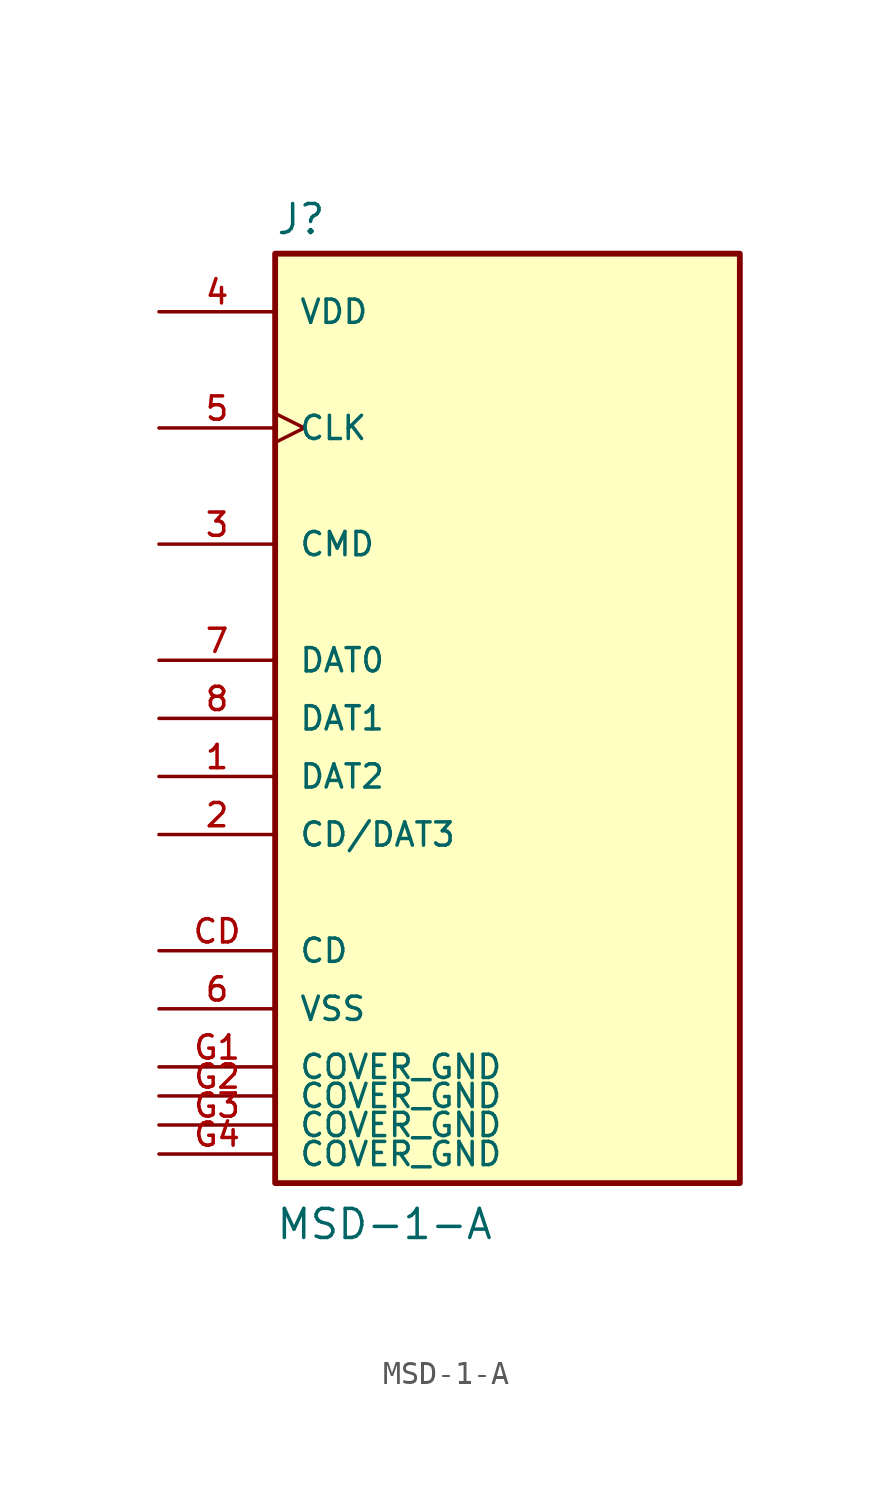
<source format=kicad_sym>
(kicad_symbol_lib
  (version 20231120)
  (generator "kicad_symbol_editor")
  (generator_version "8.0")
  (symbol "MSD-1-A"
    (pin_names
      (offset 1.016))
    (property "Reference" "J"
      (at -10.16 21.082 0)
      (effects (font (size 1.27 1.27)) (justify left bottom)))
    (property "Value" "MSD-1-A"
      (at -10.16 -22.86 0)
      (effects (font (size 1.27 1.27)) (justify left bottom)))
    (symbol "MSD-1-A_0_0"
      (rectangle (start -10.16 20.32) (end 10.16 -20.32) (stroke (width 0.254) (type default)) (fill (type background)))
      (pin bidirectional line (at -15.24 -2.54 0) (length 5.08) (name "DAT2" (effects (font (size 1.016 1.016)))) (number "1" (effects (font (size 1.016 1.016)))))
      (pin bidirectional line (at -15.24 -5.08 0) (length 5.08) (name "CD/DAT3" (effects (font (size 1.016 1.016)))) (number "2" (effects (font (size 1.016 1.016)))))
      (pin bidirectional line (at -15.24 7.62 0) (length 5.08) (name "CMD" (effects (font (size 1.016 1.016)))) (number "3" (effects (font (size 1.016 1.016)))))
      (pin power_in line (at -15.24 17.78 0) (length 5.08) (name "VDD" (effects (font (size 1.016 1.016)))) (number "4" (effects (font (size 1.016 1.016)))))
      (pin input clock (at -15.24 12.7 0) (length 5.08) (name "CLK" (effects (font (size 1.016 1.016)))) (number "5" (effects (font (size 1.016 1.016)))))
      (pin power_in line (at -15.24 -12.7 0) (length 5.08) (name "VSS" (effects (font (size 1.016 1.016)))) (number "6" (effects (font (size 1.016 1.016)))))
      (pin bidirectional line (at -15.24 2.54 0) (length 5.08) (name "DAT0" (effects (font (size 1.016 1.016)))) (number "7" (effects (font (size 1.016 1.016)))))
      (pin bidirectional line (at -15.24 0 0) (length 5.08) (name "DAT1" (effects (font (size 1.016 1.016)))) (number "8" (effects (font (size 1.016 1.016)))))
      (pin passive line (at -15.24 -10.16 0) (length 5.08) (name "CD" (effects (font (size 1.016 1.016)))) (number "CD" (effects (font (size 1.016 1.016))))))
    (symbol "MSD-1-A_1_0"
      (pin power_in line (at -15.24 -15.24 0) (length 5.08) (name "COVER_GND" (effects (font (size 1.016 1.016)))) (number "G1" (effects (font (size 1.016 1.016)))))
      (pin power_in line (at -15.24 -16.51 0) (length 5.08) (name "COVER_GND" (effects (font (size 1.016 1.016)))) (number "G2" (effects (font (size 1.016 1.016)))))
      (pin power_in line (at -15.24 -17.78 0) (length 5.08) (name "COVER_GND" (effects (font (size 1.016 1.016)))) (number "G3" (effects (font (size 1.016 1.016)))))
      (pin power_in line (at -15.24 -19.05 0) (length 5.08) (name "COVER_GND" (effects (font (size 1.016 1.016)))) (number "G4" (effects (font (size 1.016 1.016))))))))
</source>
